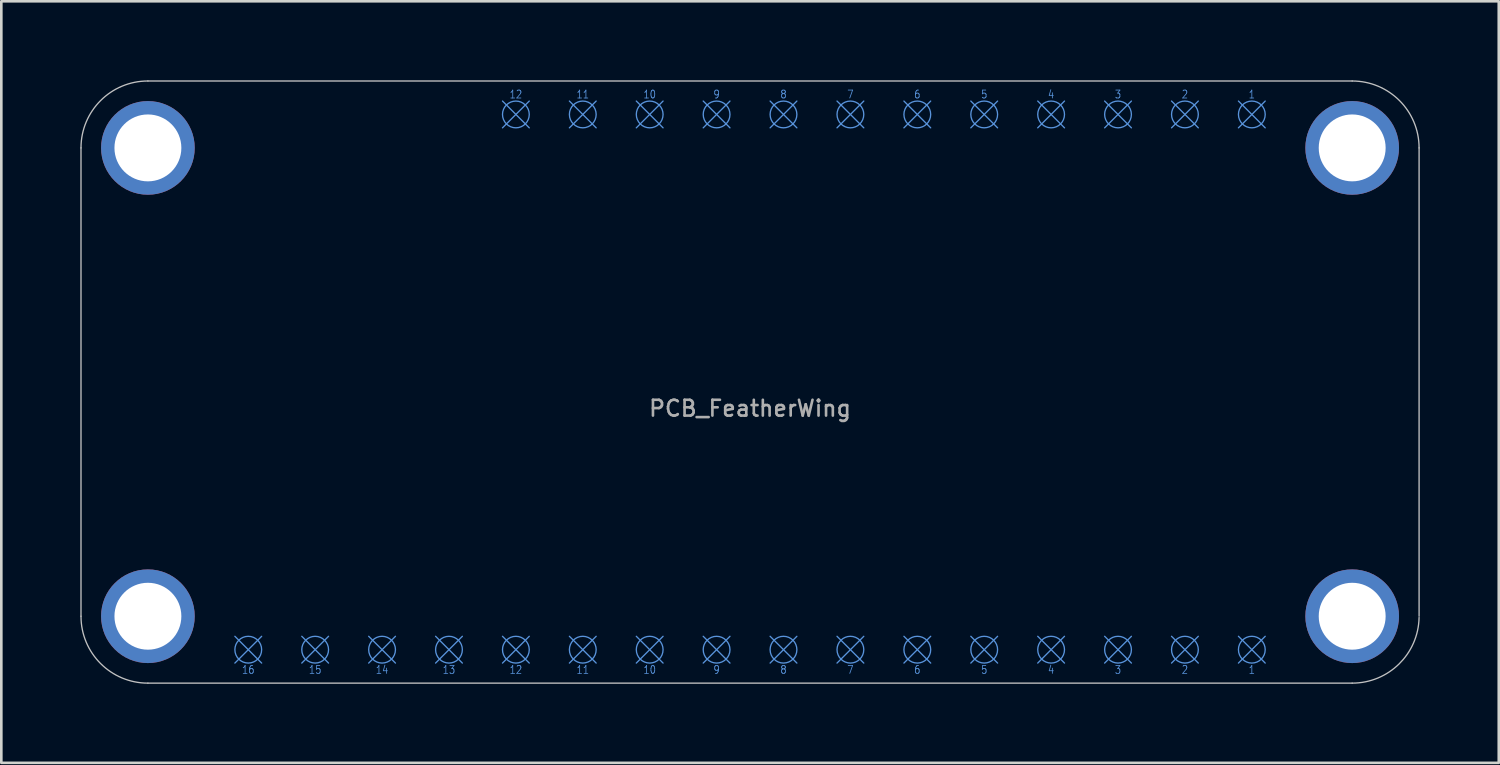
<source format=kicad_pcb>
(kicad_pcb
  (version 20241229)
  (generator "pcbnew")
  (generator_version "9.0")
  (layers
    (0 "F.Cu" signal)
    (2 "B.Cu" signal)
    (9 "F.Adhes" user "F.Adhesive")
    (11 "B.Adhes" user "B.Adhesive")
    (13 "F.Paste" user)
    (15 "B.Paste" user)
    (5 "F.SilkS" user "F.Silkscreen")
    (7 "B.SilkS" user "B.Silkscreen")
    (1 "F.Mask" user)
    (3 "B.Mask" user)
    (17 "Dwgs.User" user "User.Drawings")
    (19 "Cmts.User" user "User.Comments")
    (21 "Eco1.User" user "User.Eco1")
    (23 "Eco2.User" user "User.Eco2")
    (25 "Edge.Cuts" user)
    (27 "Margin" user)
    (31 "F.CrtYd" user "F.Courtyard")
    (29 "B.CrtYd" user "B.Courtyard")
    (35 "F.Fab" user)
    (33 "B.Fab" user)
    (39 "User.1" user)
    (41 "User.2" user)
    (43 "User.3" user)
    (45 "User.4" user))
  (footprint "PCB_FeatherWing"
    (layer "F.Cu")
    (at 25.425 11.455)
    (property "Reference" "PCB_FeatherWing" (at 0 1 0) (layer "F.Fab") (effects (font (size 0.6 0.6) (thickness 0.1))))
    (attr through_hole)
    (fp_line (start -25.4 -8.89) (end -25.4 8.89) (stroke (width 0.05) (type solid)) (layer "Dwgs.User"))
    (fp_line (start -22.86 11.43) (end 22.86 11.43) (stroke (width 0.05) (type solid)) (layer "Dwgs.User"))
    (fp_line (start 22.86 -11.43) (end -22.86 -11.43) (stroke (width 0.05) (type solid)) (layer "Dwgs.User"))
    (fp_line (start 25.4 8.89) (end 25.4 -8.89) (stroke (width 0.05) (type solid)) (layer "Dwgs.User"))
    (fp_arc (start -25.4 -8.89) (mid -24.656051 -10.686051) (end -22.86 -11.43) (stroke (width 0.05) (type solid)) (layer "Dwgs.User"))
    (fp_arc (start -22.86 11.43) (mid -24.656051 10.686051) (end -25.4 8.89) (stroke (width 0.05) (type solid)) (layer "Dwgs.User"))
    (fp_arc (start 22.86 -11.43) (mid 24.656051 -10.686051) (end 25.4 -8.89) (stroke (width 0.05) (type solid)) (layer "Dwgs.User"))
    (fp_arc (start 25.399532 8.938762) (mid 24.638728 10.703209) (end 22.86 11.43) (stroke (width 0.05) (type solid)) (layer "Dwgs.User"))
    (fp_line (start -19.558 9.652) (end -18.542 10.668) (stroke (width 0.05) (type solid)) (layer "Cmts.User"))
    (fp_line (start -19.558 10.668) (end -18.542 9.652) (stroke (width 0.05) (type solid)) (layer "Cmts.User"))
    (fp_line (start -17.018 9.652) (end -16.002 10.668) (stroke (width 0.05) (type solid)) (layer "Cmts.User"))
    (fp_line (start -17.018 10.668) (end -16.002 9.652) (stroke (width 0.05) (type solid)) (layer "Cmts.User"))
    (fp_line (start -14.478 9.652) (end -13.462 10.668) (stroke (width 0.05) (type solid)) (layer "Cmts.User"))
    (fp_line (start -14.478 10.668) (end -13.462 9.652) (stroke (width 0.05) (type solid)) (layer "Cmts.User"))
    (fp_line (start -11.938 9.652) (end -10.922 10.668) (stroke (width 0.05) (type solid)) (layer "Cmts.User"))
    (fp_line (start -11.938 10.668) (end -10.922 9.652) (stroke (width 0.05) (type solid)) (layer "Cmts.User"))
    (fp_line (start -9.398 -10.668) (end -8.382 -9.652) (stroke (width 0.05) (type solid)) (layer "Cmts.User"))
    (fp_line (start -9.398 -9.652) (end -8.382 -10.668) (stroke (width 0.05) (type solid)) (layer "Cmts.User"))
    (fp_line (start -9.398 9.652) (end -8.382 10.668) (stroke (width 0.05) (type solid)) (layer "Cmts.User"))
    (fp_line (start -9.398 10.668) (end -8.382 9.652) (stroke (width 0.05) (type solid)) (layer "Cmts.User"))
    (fp_line (start -6.858 -10.668) (end -5.842 -9.652) (stroke (width 0.05) (type solid)) (layer "Cmts.User"))
    (fp_line (start -6.858 -9.652) (end -5.842 -10.668) (stroke (width 0.05) (type solid)) (layer "Cmts.User"))
    (fp_line (start -6.858 9.652) (end -5.842 10.668) (stroke (width 0.05) (type solid)) (layer "Cmts.User"))
    (fp_line (start -6.858 10.668) (end -5.842 9.652) (stroke (width 0.05) (type solid)) (layer "Cmts.User"))
    (fp_line (start -4.318 -10.668) (end -3.302 -9.652) (stroke (width 0.05) (type solid)) (layer "Cmts.User"))
    (fp_line (start -4.318 -9.652) (end -3.302 -10.668) (stroke (width 0.05) (type solid)) (layer "Cmts.User"))
    (fp_line (start -4.318 9.652) (end -3.302 10.668) (stroke (width 0.05) (type solid)) (layer "Cmts.User"))
    (fp_line (start -4.318 10.668) (end -3.302 9.652) (stroke (width 0.05) (type solid)) (layer "Cmts.User"))
    (fp_line (start -1.778 -10.668) (end -0.762 -9.652) (stroke (width 0.05) (type solid)) (layer "Cmts.User"))
    (fp_line (start -1.778 -9.652) (end -0.762 -10.668) (stroke (width 0.05) (type solid)) (layer "Cmts.User"))
    (fp_line (start -1.778 9.652) (end -0.762 10.668) (stroke (width 0.05) (type solid)) (layer "Cmts.User"))
    (fp_line (start -1.778 10.668) (end -0.762 9.652) (stroke (width 0.05) (type solid)) (layer "Cmts.User"))
    (fp_line (start 0.762 -10.668) (end 1.778 -9.652) (stroke (width 0.05) (type solid)) (layer "Cmts.User"))
    (fp_line (start 0.762 -9.652) (end 1.778 -10.668) (stroke (width 0.05) (type solid)) (layer "Cmts.User"))
    (fp_line (start 0.762 9.652) (end 1.778 10.668) (stroke (width 0.05) (type solid)) (layer "Cmts.User"))
    (fp_line (start 0.762 10.668) (end 1.778 9.652) (stroke (width 0.05) (type solid)) (layer "Cmts.User"))
    (fp_line (start 3.302 -10.668) (end 4.318 -9.652) (stroke (width 0.05) (type solid)) (layer "Cmts.User"))
    (fp_line (start 3.302 -9.652) (end 4.318 -10.668) (stroke (width 0.05) (type solid)) (layer "Cmts.User"))
    (fp_line (start 3.302 9.652) (end 4.318 10.668) (stroke (width 0.05) (type solid)) (layer "Cmts.User"))
    (fp_line (start 3.302 10.668) (end 4.318 9.652) (stroke (width 0.05) (type solid)) (layer "Cmts.User"))
    (fp_line (start 5.842 -10.668) (end 6.858 -9.652) (stroke (width 0.05) (type solid)) (layer "Cmts.User"))
    (fp_line (start 5.842 -9.652) (end 6.858 -10.668) (stroke (width 0.05) (type solid)) (layer "Cmts.User"))
    (fp_line (start 5.842 9.652) (end 6.858 10.668) (stroke (width 0.05) (type solid)) (layer "Cmts.User"))
    (fp_line (start 5.842 10.668) (end 6.858 9.652) (stroke (width 0.05) (type solid)) (layer "Cmts.User"))
    (fp_line (start 8.382 -10.668) (end 9.398 -9.652) (stroke (width 0.05) (type solid)) (layer "Cmts.User"))
    (fp_line (start 8.382 -9.652) (end 9.398 -10.668) (stroke (width 0.05) (type solid)) (layer "Cmts.User"))
    (fp_line (start 8.382 9.652) (end 9.398 10.668) (stroke (width 0.05) (type solid)) (layer "Cmts.User"))
    (fp_line (start 8.382 10.668) (end 9.398 9.652) (stroke (width 0.05) (type solid)) (layer "Cmts.User"))
    (fp_line (start 10.922 -10.668) (end 11.938 -9.652) (stroke (width 0.05) (type solid)) (layer "Cmts.User"))
    (fp_line (start 10.922 -9.652) (end 11.938 -10.668) (stroke (width 0.05) (type solid)) (layer "Cmts.User"))
    (fp_line (start 10.922 9.652) (end 11.938 10.668) (stroke (width 0.05) (type solid)) (layer "Cmts.User"))
    (fp_line (start 10.922 10.668) (end 11.938 9.652) (stroke (width 0.05) (type solid)) (layer "Cmts.User"))
    (fp_line (start 13.462 -10.668) (end 14.478 -9.652) (stroke (width 0.05) (type solid)) (layer "Cmts.User"))
    (fp_line (start 13.462 -9.652) (end 14.478 -10.668) (stroke (width 0.05) (type solid)) (layer "Cmts.User"))
    (fp_line (start 13.462 9.652) (end 14.478 10.668) (stroke (width 0.05) (type solid)) (layer "Cmts.User"))
    (fp_line (start 13.462 10.668) (end 14.478 9.652) (stroke (width 0.05) (type solid)) (layer "Cmts.User"))
    (fp_line (start 16.002 -10.668) (end 17.018 -9.652) (stroke (width 0.05) (type solid)) (layer "Cmts.User"))
    (fp_line (start 16.002 -9.652) (end 17.018 -10.668) (stroke (width 0.05) (type solid)) (layer "Cmts.User"))
    (fp_line (start 16.002 9.652) (end 17.018 10.668) (stroke (width 0.05) (type solid)) (layer "Cmts.User"))
    (fp_line (start 16.002 10.668) (end 17.018 9.652) (stroke (width 0.05) (type solid)) (layer "Cmts.User"))
    (fp_line (start 18.542 -10.668) (end 19.558 -9.652) (stroke (width 0.05) (type solid)) (layer "Cmts.User"))
    (fp_line (start 18.542 -9.652) (end 19.558 -10.668) (stroke (width 0.05) (type solid)) (layer "Cmts.User"))
    (fp_line (start 18.542 9.652) (end 19.558 10.668) (stroke (width 0.05) (type solid)) (layer "Cmts.User"))
    (fp_line (start 18.542 10.668) (end 19.558 9.652) (stroke (width 0.05) (type solid)) (layer "Cmts.User"))
    (fp_circle (center -19.05 10.16) (end -18.542 10.16) (stroke (width 0.05) (type solid)) (fill no) (layer "Cmts.User"))
    (fp_circle (center -16.51 10.16) (end -16.002 10.16) (stroke (width 0.05) (type solid)) (fill no) (layer "Cmts.User"))
    (fp_circle (center -13.97 10.16) (end -13.462 10.16) (stroke (width 0.05) (type solid)) (fill no) (layer "Cmts.User"))
    (fp_circle (center -11.43 10.16) (end -10.922 10.16) (stroke (width 0.05) (type solid)) (fill no) (layer "Cmts.User"))
    (fp_circle (center -8.89 -10.16) (end -8.382 -10.16) (stroke (width 0.05) (type solid)) (fill no) (layer "Cmts.User"))
    (fp_circle (center -8.89 10.16) (end -8.382 10.16) (stroke (width 0.05) (type solid)) (fill no) (layer "Cmts.User"))
    (fp_circle (center -6.35 -10.16) (end -5.842 -10.16) (stroke (width 0.05) (type solid)) (fill no) (layer "Cmts.User"))
    (fp_circle (center -6.35 10.16) (end -5.842 10.16) (stroke (width 0.05) (type solid)) (fill no) (layer "Cmts.User"))
    (fp_circle (center -3.81 -10.16) (end -3.302 -10.16) (stroke (width 0.05) (type solid)) (fill no) (layer "Cmts.User"))
    (fp_circle (center -3.81 10.16) (end -3.302 10.16) (stroke (width 0.05) (type solid)) (fill no) (layer "Cmts.User"))
    (fp_circle (center -1.27 -10.16) (end -0.762 -10.16) (stroke (width 0.05) (type solid)) (fill no) (layer "Cmts.User"))
    (fp_circle (center -1.27 10.16) (end -0.762 10.16) (stroke (width 0.05) (type solid)) (fill no) (layer "Cmts.User"))
    (fp_circle (center 1.27 -10.16) (end 1.778 -10.16) (stroke (width 0.05) (type solid)) (fill no) (layer "Cmts.User"))
    (fp_circle (center 1.27 10.16) (end 1.778 10.16) (stroke (width 0.05) (type solid)) (fill no) (layer "Cmts.User"))
    (fp_circle (center 3.81 -10.16) (end 4.318 -10.16) (stroke (width 0.05) (type solid)) (fill no) (layer "Cmts.User"))
    (fp_circle (center 3.81 10.16) (end 4.318 10.16) (stroke (width 0.05) (type solid)) (fill no) (layer "Cmts.User"))
    (fp_circle (center 6.35 -10.16) (end 6.858 -10.16) (stroke (width 0.05) (type solid)) (fill no) (layer "Cmts.User"))
    (fp_circle (center 6.35 10.16) (end 6.858 10.16) (stroke (width 0.05) (type solid)) (fill no) (layer "Cmts.User"))
    (fp_circle (center 8.89 -10.16) (end 9.398 -10.16) (stroke (width 0.05) (type solid)) (fill no) (layer "Cmts.User"))
    (fp_circle (center 8.89 10.16) (end 9.398 10.16) (stroke (width 0.05) (type solid)) (fill no) (layer "Cmts.User"))
    (fp_circle (center 11.43 -10.16) (end 11.938 -10.16) (stroke (width 0.05) (type solid)) (fill no) (layer "Cmts.User"))
    (fp_circle (center 11.43 10.16) (end 11.938 10.16) (stroke (width 0.05) (type solid)) (fill no) (layer "Cmts.User"))
    (fp_circle (center 13.97 -10.16) (end 14.478 -10.16) (stroke (width 0.05) (type solid)) (fill no) (layer "Cmts.User"))
    (fp_circle (center 13.97 10.16) (end 14.478 10.16) (stroke (width 0.05) (type solid)) (fill no) (layer "Cmts.User"))
    (fp_circle (center 16.51 -10.16) (end 17.018 -10.16) (stroke (width 0.05) (type solid)) (fill no) (layer "Cmts.User"))
    (fp_circle (center 16.51 10.16) (end 17.018 10.16) (stroke (width 0.05) (type solid)) (fill no) (layer "Cmts.User"))
    (fp_circle (center 19.05 -10.16) (end 19.558 -10.16) (stroke (width 0.05) (type solid)) (fill no) (layer "Cmts.User"))
    (fp_circle (center 19.05 10.16) (end 19.558 10.16) (stroke (width 0.05) (type solid)) (fill no) (layer "Cmts.User"))
    (fp_text user "12" (at -8.89 10.922 0) (layer "Cmts.User") (effects (font (size 0.3 0.25) (thickness 0.03))))
    (fp_text user "7" (at 3.81 10.922 0) (layer "Cmts.User") (effects (font (size 0.3 0.25) (thickness 0.03))))
    (fp_text user "1" (at 19.05 10.922 0) (layer "Cmts.User") (effects (font (size 0.3 0.25) (thickness 0.03))))
    (fp_text user "8" (at 1.27 -10.922 0) (layer "Cmts.User") (effects (font (size 0.3 0.25) (thickness 0.03))))
    (fp_text user "5" (at 8.89 10.922 0) (layer "Cmts.User") (effects (font (size 0.3 0.25) (thickness 0.03))))
    (fp_text user "3" (at 13.97 -10.922 0) (layer "Cmts.User") (effects (font (size 0.3 0.25) (thickness 0.03))))
    (fp_text user "9" (at -1.27 10.922 0) (layer "Cmts.User") (effects (font (size 0.3 0.25) (thickness 0.03))))
    (fp_text user "8" (at 1.27 10.922 0) (layer "Cmts.User") (effects (font (size 0.3 0.25) (thickness 0.03))))
    (fp_text user "7" (at 3.81 -10.922 0) (layer "Cmts.User") (effects (font (size 0.3 0.25) (thickness 0.03))))
    (fp_text user "11" (at -6.35 10.922 0) (layer "Cmts.User") (effects (font (size 0.3 0.25) (thickness 0.03))))
    (fp_text user "3" (at 13.97 10.922 0) (layer "Cmts.User") (effects (font (size 0.3 0.25) (thickness 0.03))))
    (fp_text user "5" (at 8.89 -10.922 0) (layer "Cmts.User") (effects (font (size 0.3 0.25) (thickness 0.03))))
    (fp_text user "2" (at 16.51 -10.922 0) (layer "Cmts.User") (effects (font (size 0.3 0.25) (thickness 0.03))))
    (fp_text user "10" (at -3.81 -10.922 0) (layer "Cmts.User") (effects (font (size 0.3 0.25) (thickness 0.03))))
    (fp_text user "10" (at -3.81 10.922 0) (layer "Cmts.User") (effects (font (size 0.3 0.25) (thickness 0.03))))
    (fp_text user "4" (at 11.43 10.922 0) (layer "Cmts.User") (effects (font (size 0.3 0.25) (thickness 0.03))))
    (fp_text user "14" (at -13.97 10.922 0) (layer "Cmts.User") (effects (font (size 0.3 0.25) (thickness 0.03))))
    (fp_text user "6" (at 6.35 10.922 0) (layer "Cmts.User") (effects (font (size 0.3 0.25) (thickness 0.03))))
    (fp_text user "6" (at 6.35 -10.922 0) (layer "Cmts.User") (effects (font (size 0.3 0.25) (thickness 0.03))))
    (fp_text user "12" (at -8.89 -10.922 0) (layer "Cmts.User") (effects (font (size 0.3 0.25) (thickness 0.03))))
    (fp_text user "11" (at -6.35 -10.922 0) (layer "Cmts.User") (effects (font (size 0.3 0.25) (thickness 0.03))))
    (fp_text user "15" (at -16.51 10.922 0) (layer "Cmts.User") (effects (font (size 0.3 0.25) (thickness 0.03))))
    (fp_text user "4" (at 11.43 -10.922 0) (layer "Cmts.User") (effects (font (size 0.3 0.25) (thickness 0.03))))
    (fp_text user "16" (at -19.05 10.922 0) (layer "Cmts.User") (effects (font (size 0.3 0.25) (thickness 0.03))))
    (fp_text user "1" (at 19.05 -10.922 0) (layer "Cmts.User") (effects (font (size 0.3 0.25) (thickness 0.03))))
    (fp_text user "2" (at 16.51 10.922 0) (layer "Cmts.User") (effects (font (size 0.3 0.25) (thickness 0.03))))
    (fp_text user "13" (at -11.43 10.922 0) (layer "Cmts.User") (effects (font (size 0.3 0.25) (thickness 0.03))))
    (fp_text user "9" (at -1.27 -10.922 0) (layer "Cmts.User") (effects (font (size 0.3 0.25) (thickness 0.03))))
    (fp_text user "${REFERENCE}" (at 17.78 8.89 180) (layer "Eco1.User") (effects (font (size 0.3 0.3) (thickness 0.03))))
    (pad "" np_thru_hole circle (at -22.86 -8.89) (size 3.556 3.556) (drill 2.54) (layers "*.Cu" "*.Mask"))
    (pad "" np_thru_hole circle (at -22.86 8.89) (size 3.556 3.556) (drill 2.54) (layers "*.Cu" "*.Mask"))
    (pad "" np_thru_hole circle (at 22.86 -8.89) (size 3.556 3.556) (drill 2.54) (layers "*.Cu" "*.Mask"))
    (pad "" np_thru_hole circle (at 22.86 8.89) (size 3.556 3.556) (drill 2.54) (layers "*.Cu" "*.Mask")))
  (gr_rect
    (start -3 -3)
    (end 53.85 25.91)
    (stroke (width 0.1) (type default))
    (fill no)
    (layer "Edge.Cuts")))
</source>
